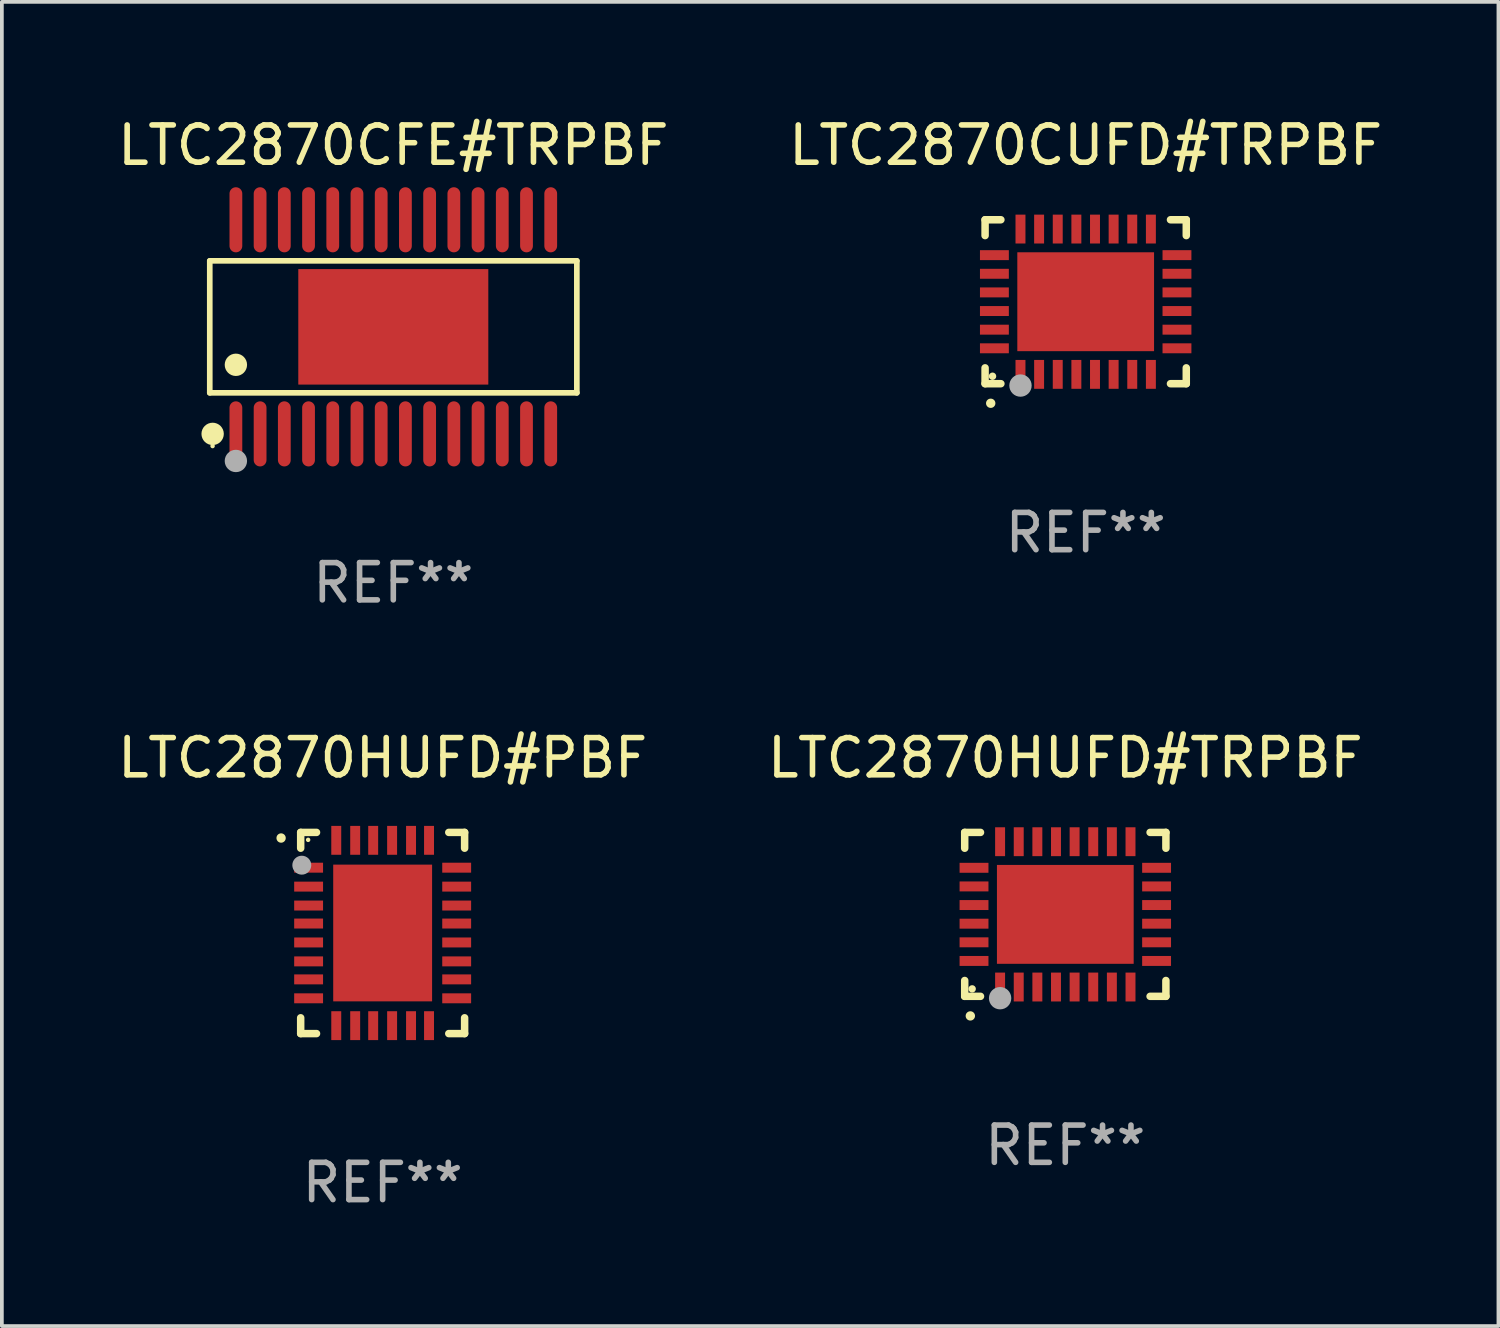
<source format=kicad_pcb>
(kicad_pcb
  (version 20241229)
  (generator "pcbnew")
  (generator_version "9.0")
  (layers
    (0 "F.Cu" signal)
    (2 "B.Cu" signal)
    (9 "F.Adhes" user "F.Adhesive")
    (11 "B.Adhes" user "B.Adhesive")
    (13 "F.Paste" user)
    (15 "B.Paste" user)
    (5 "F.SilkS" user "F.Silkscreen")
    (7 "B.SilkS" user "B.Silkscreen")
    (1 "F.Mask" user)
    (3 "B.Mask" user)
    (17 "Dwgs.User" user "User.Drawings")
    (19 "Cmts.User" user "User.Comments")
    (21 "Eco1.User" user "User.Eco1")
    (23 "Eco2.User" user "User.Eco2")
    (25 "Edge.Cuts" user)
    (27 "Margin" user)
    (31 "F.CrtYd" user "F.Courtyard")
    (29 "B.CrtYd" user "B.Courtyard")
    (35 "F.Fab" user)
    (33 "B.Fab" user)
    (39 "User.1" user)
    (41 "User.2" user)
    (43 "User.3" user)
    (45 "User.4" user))
  (footprint "LTC2870HUFD#PBF"
    (layer "F.Cu")
    (at 7.22 21.991)
    (property "Reference" "LTC2870HUFD#PBF" (at 0 -4.7 0) (layer "F.SilkS") (effects (font (size 1 1) (thickness 0.15))))
    (attr through_hole)
    (fp_line (start -2.2 -2.7) (end -1.775 -2.7) (stroke (width 0.201) (type solid)) (layer "F.SilkS"))
    (fp_line (start -2.2 -2.276) (end -2.2 -2.7) (stroke (width 0.201) (type solid)) (layer "F.SilkS"))
    (fp_line (start -2.2 2.276) (end -2.2 2.7) (stroke (width 0.201) (type solid)) (layer "F.SilkS"))
    (fp_line (start -2.2 2.7) (end -1.775 2.7) (stroke (width 0.201) (type solid)) (layer "F.SilkS"))
    (fp_line (start 1.775 -2.7) (end 2.2 -2.7) (stroke (width 0.201) (type solid)) (layer "F.SilkS"))
    (fp_line (start 1.775 2.7) (end 2.2 2.7) (stroke (width 0.201) (type solid)) (layer "F.SilkS"))
    (fp_line (start 2.2 -2.7) (end 2.2 -2.276) (stroke (width 0.201) (type solid)) (layer "F.SilkS"))
    (fp_line (start 2.2 2.7) (end 2.2 2.276) (stroke (width 0.201) (type solid)) (layer "F.SilkS"))
    (fp_arc (start -2.725425 -2.547625) (mid -2.725431 -2.548895) (end -2.725425 -2.550165) (stroke (width 0.24892) (type solid)) (layer "F.SilkS"))
    (fp_circle (center -2 -2.5) (end -1.97 -2.5) (stroke (width 0.06) (type solid)) (fill no) (layer "F.SilkS"))
    (fp_circle (center -2.17 -1.82) (end -2.043 -1.82) (stroke (width 0.254) (type solid)) (fill no) (layer "F.Fab"))
    (fp_text user "REF**" (at 0 6.7 0) (layer "F.Fab") (effects (font (size 1 1) (thickness 0.15))))
    (pad "1" smd rect (at -1.987 -1.753 90) (size 0.267 0.775) (layers "F.Cu" "F.Mask" "F.Paste"))
    (pad "2" smd rect (at -1.987 -1.245 90) (size 0.267 0.775) (layers "F.Cu" "F.Mask" "F.Paste"))
    (pad "3" smd rect (at -1.987 -0.737 90) (size 0.267 0.775) (layers "F.Cu" "F.Mask" "F.Paste"))
    (pad "4" smd rect (at -1.987 -0.254 90) (size 0.267 0.775) (layers "F.Cu" "F.Mask" "F.Paste"))
    (pad "5" smd rect (at -1.987 0.254 90) (size 0.267 0.775) (layers "F.Cu" "F.Mask" "F.Paste"))
    (pad "6" smd rect (at -1.987 0.762 90) (size 0.267 0.775) (layers "F.Cu" "F.Mask" "F.Paste"))
    (pad "7" smd rect (at -1.987 1.245 90) (size 0.267 0.775) (layers "F.Cu" "F.Mask" "F.Paste"))
    (pad "8" smd rect (at -1.987 1.753 90) (size 0.267 0.775) (layers "F.Cu" "F.Mask" "F.Paste"))
    (pad "9" smd rect (at -1.245 2.487) (size 0.267 0.775) (layers "F.Cu" "F.Mask" "F.Paste"))
    (pad "10" smd rect (at -0.737 2.487) (size 0.267 0.775) (layers "F.Cu" "F.Mask" "F.Paste"))
    (pad "11" smd rect (at -0.254 2.487) (size 0.267 0.775) (layers "F.Cu" "F.Mask" "F.Paste"))
    (pad "12" smd rect (at 0.254 2.487) (size 0.267 0.775) (layers "F.Cu" "F.Mask" "F.Paste"))
    (pad "13" smd rect (at 0.762 2.487) (size 0.267 0.775) (layers "F.Cu" "F.Mask" "F.Paste"))
    (pad "14" smd rect (at 1.245 2.487) (size 0.267 0.775) (layers "F.Cu" "F.Mask" "F.Paste"))
    (pad "15" smd rect (at 1.987 1.753 90) (size 0.267 0.775) (layers "F.Cu" "F.Mask" "F.Paste"))
    (pad "16" smd rect (at 1.987 1.245 90) (size 0.267 0.775) (layers "F.Cu" "F.Mask" "F.Paste"))
    (pad "17" smd rect (at 1.987 0.762 90) (size 0.267 0.775) (layers "F.Cu" "F.Mask" "F.Paste"))
    (pad "18" smd rect (at 1.987 0.254 90) (size 0.267 0.775) (layers "F.Cu" "F.Mask" "F.Paste"))
    (pad "19" smd rect (at 1.987 -0.254 90) (size 0.267 0.775) (layers "F.Cu" "F.Mask" "F.Paste"))
    (pad "20" smd rect (at 1.987 -0.737 90) (size 0.267 0.775) (layers "F.Cu" "F.Mask" "F.Paste"))
    (pad "21" smd rect (at 1.987 -1.245 90) (size 0.267 0.775) (layers "F.Cu" "F.Mask" "F.Paste"))
    (pad "22" smd rect (at 1.987 -1.753 90) (size 0.267 0.775) (layers "F.Cu" "F.Mask" "F.Paste"))
    (pad "23" smd rect (at 1.245 -2.487) (size 0.267 0.775) (layers "F.Cu" "F.Mask" "F.Paste"))
    (pad "24" smd rect (at 0.762 -2.487) (size 0.267 0.775) (layers "F.Cu" "F.Mask" "F.Paste"))
    (pad "25" smd rect (at 0.254 -2.487) (size 0.267 0.775) (layers "F.Cu" "F.Mask" "F.Paste"))
    (pad "26" smd rect (at -0.254 -2.487) (size 0.267 0.775) (layers "F.Cu" "F.Mask" "F.Paste"))
    (pad "27" smd rect (at -0.737 -2.487) (size 0.267 0.775) (layers "F.Cu" "F.Mask" "F.Paste"))
    (pad "28" smd rect (at -1.245 -2.487) (size 0.267 0.775) (layers "F.Cu" "F.Mask" "F.Paste"))
    (pad "29" smd rect (at 0.000102 -0.000051) (size 2.654 3.67) (layers "F.Cu" "F.Mask" "F.Paste")))
  (footprint "LTC2870HUFD#TRPBF"
    (layer "F.Cu")
    (at 25.542 21.491)
    (property "Reference" "LTC2870HUFD#TRPBF" (at 0 -4.2 0) (layer "F.SilkS") (effects (font (size 1 1) (thickness 0.15))))
    (attr through_hole)
    (fp_line (start -2.7 -2.2) (end -2.276 -2.2) (stroke (width 0.201) (type solid)) (layer "F.SilkS"))
    (fp_line (start -2.7 -1.775) (end -2.7 -2.2) (stroke (width 0.201) (type solid)) (layer "F.SilkS"))
    (fp_line (start -2.7 2.2) (end -2.7 1.775) (stroke (width 0.201) (type solid)) (layer "F.SilkS"))
    (fp_line (start -2.276 2.2) (end -2.7 2.2) (stroke (width 0.201) (type solid)) (layer "F.SilkS"))
    (fp_line (start 2.276 2.2) (end 2.7 2.2) (stroke (width 0.201) (type solid)) (layer "F.SilkS"))
    (fp_line (start 2.7 -2.2) (end 2.276 -2.2) (stroke (width 0.201) (type solid)) (layer "F.SilkS"))
    (fp_line (start 2.7 -1.775) (end 2.7 -2.2) (stroke (width 0.201) (type solid)) (layer "F.SilkS"))
    (fp_line (start 2.7 2.2) (end 2.7 1.775) (stroke (width 0.201) (type solid)) (layer "F.SilkS"))
    (fp_arc (start -2.550165 2.725425) (mid -2.548895 2.725419) (end -2.547625 2.725425) (stroke (width 0.24892) (type solid)) (layer "F.SilkS"))
    (fp_circle (center -2.5 2) (end -2.45 2) (stroke (width 0.1) (type solid)) (fill no) (layer "F.SilkS"))
    (fp_circle (center -1.75 2.25) (end -1.6 2.25) (stroke (width 0.3) (type solid)) (fill no) (layer "F.Fab"))
    (fp_text user "REF**" (at 0 6.2 0) (layer "F.Fab") (effects (font (size 1 1) (thickness 0.15))))
    (pad "1" smd rect (at -1.75 1.95) (size 0.267 0.775) (layers "F.Cu" "F.Mask" "F.Paste"))
    (pad "2" smd rect (at -1.25 1.95) (size 0.267 0.775) (layers "F.Cu" "F.Mask" "F.Paste"))
    (pad "3" smd rect (at -0.75 1.95) (size 0.267 0.775) (layers "F.Cu" "F.Mask" "F.Paste"))
    (pad "4" smd rect (at -0.25 1.95) (size 0.267 0.775) (layers "F.Cu" "F.Mask" "F.Paste"))
    (pad "5" smd rect (at 0.25 1.95) (size 0.267 0.775) (layers "F.Cu" "F.Mask" "F.Paste"))
    (pad "6" smd rect (at 0.75 1.95) (size 0.267 0.775) (layers "F.Cu" "F.Mask" "F.Paste"))
    (pad "7" smd rect (at 1.25 1.95) (size 0.267 0.775) (layers "F.Cu" "F.Mask" "F.Paste"))
    (pad "8" smd rect (at 1.75 1.95) (size 0.267 0.775) (layers "F.Cu" "F.Mask" "F.Paste"))
    (pad "9" smd rect (at 2.45 1.25) (size 0.775 0.267) (layers "F.Cu" "F.Mask" "F.Paste"))
    (pad "10" smd rect (at 2.45 0.75) (size 0.775 0.267) (layers "F.Cu" "F.Mask" "F.Paste"))
    (pad "11" smd rect (at 2.45 0.25) (size 0.775 0.267) (layers "F.Cu" "F.Mask" "F.Paste"))
    (pad "12" smd rect (at 2.45 -0.25) (size 0.775 0.267) (layers "F.Cu" "F.Mask" "F.Paste"))
    (pad "13" smd rect (at 2.45 -0.75) (size 0.775 0.267) (layers "F.Cu" "F.Mask" "F.Paste"))
    (pad "14" smd rect (at 2.45 -1.25) (size 0.775 0.267) (layers "F.Cu" "F.Mask" "F.Paste"))
    (pad "15" smd rect (at 1.75 -1.95) (size 0.267 0.775) (layers "F.Cu" "F.Mask" "F.Paste"))
    (pad "16" smd rect (at 1.25 -1.95) (size 0.267 0.775) (layers "F.Cu" "F.Mask" "F.Paste"))
    (pad "17" smd rect (at 0.75 -1.95) (size 0.267 0.775) (layers "F.Cu" "F.Mask" "F.Paste"))
    (pad "18" smd rect (at 0.25 -1.95) (size 0.267 0.775) (layers "F.Cu" "F.Mask" "F.Paste"))
    (pad "19" smd rect (at -0.25 -1.95) (size 0.267 0.775) (layers "F.Cu" "F.Mask" "F.Paste"))
    (pad "20" smd rect (at -0.75 -1.95) (size 0.267 0.775) (layers "F.Cu" "F.Mask" "F.Paste"))
    (pad "21" smd rect (at -1.25 -1.95) (size 0.267 0.775) (layers "F.Cu" "F.Mask" "F.Paste"))
    (pad "22" smd rect (at -1.75 -1.95) (size 0.267 0.775) (layers "F.Cu" "F.Mask" "F.Paste"))
    (pad "23" smd rect (at -2.45 -1.25) (size 0.775 0.267) (layers "F.Cu" "F.Mask" "F.Paste"))
    (pad "24" smd rect (at -2.45 -0.75) (size 0.775 0.267) (layers "F.Cu" "F.Mask" "F.Paste"))
    (pad "25" smd rect (at -2.45 -0.25) (size 0.775 0.267) (layers "F.Cu" "F.Mask" "F.Paste"))
    (pad "26" smd rect (at -2.45 0.25) (size 0.775 0.267) (layers "F.Cu" "F.Mask" "F.Paste"))
    (pad "27" smd rect (at -2.45 0.75) (size 0.775 0.267) (layers "F.Cu" "F.Mask" "F.Paste"))
    (pad "28" smd rect (at -2.45 1.25) (size 0.775 0.267) (layers "F.Cu" "F.Mask" "F.Paste"))
    (pad "29" smd rect (at 0.000127 0.000127) (size 3.67 2.654) (layers "F.Cu" "F.Mask" "F.Paste")))
  (footprint "LTC2870CFE#TRPBF"
    (layer "F.Cu")
    (at 7.506 5.722)
    (property "Reference" "LTC2870CFE#TRPBF" (at 0 -4.873 0) (layer "F.SilkS") (effects (font (size 1 1) (thickness 0.15))))
    (attr through_hole)
    (fp_line (start -4.926 -1.771) (end 4.926 -1.771) (stroke (width 0.152) (type solid)) (layer "F.SilkS"))
    (fp_line (start -4.926 1.771) (end -4.926 -1.771) (stroke (width 0.152) (type solid)) (layer "F.SilkS"))
    (fp_line (start 4.926 -1.771) (end 4.926 1.771) (stroke (width 0.152) (type solid)) (layer "F.SilkS"))
    (fp_line (start 4.926 1.771) (end -4.926 1.771) (stroke (width 0.152) (type solid)) (layer "F.SilkS"))
    (fp_circle (center -4.85 3.2) (end -4.82 3.2) (stroke (width 0.06) (type solid)) (fill no) (layer "F.SilkS"))
    (fp_circle (center -4.849 2.873) (end -4.699 2.873) (stroke (width 0.3) (type solid)) (fill no) (layer "F.SilkS"))
    (fp_circle (center -4.225 1.019) (end -4.075 1.019) (stroke (width 0.3) (type solid)) (fill no) (layer "F.SilkS"))
    (fp_circle (center -4.225 3.6) (end -4.075 3.6) (stroke (width 0.3) (type solid)) (fill no) (layer "F.Fab"))
    (fp_text user "REF**" (at 0 6.873 0) (layer "F.Fab") (effects (font (size 1 1) (thickness 0.15))))
    (pad "1" smd oval (at -4.225 2.873) (size 0.343 1.747) (layers "F.Cu" "F.Mask" "F.Paste"))
    (pad "2" smd oval (at -3.575 2.873) (size 0.343 1.747) (layers "F.Cu" "F.Mask" "F.Paste"))
    (pad "3" smd oval (at -2.925 2.873) (size 0.343 1.747) (layers "F.Cu" "F.Mask" "F.Paste"))
    (pad "4" smd oval (at -2.275 2.873) (size 0.343 1.747) (layers "F.Cu" "F.Mask" "F.Paste"))
    (pad "5" smd oval (at -1.625 2.873) (size 0.343 1.747) (layers "F.Cu" "F.Mask" "F.Paste"))
    (pad "6" smd oval (at -0.975 2.873) (size 0.343 1.747) (layers "F.Cu" "F.Mask" "F.Paste"))
    (pad "7" smd oval (at -0.325 2.873) (size 0.343 1.747) (layers "F.Cu" "F.Mask" "F.Paste"))
    (pad "8" smd oval (at 0.325 2.873) (size 0.343 1.747) (layers "F.Cu" "F.Mask" "F.Paste"))
    (pad "9" smd oval (at 0.975 2.873) (size 0.343 1.747) (layers "F.Cu" "F.Mask" "F.Paste"))
    (pad "10" smd oval (at 1.625 2.873) (size 0.343 1.747) (layers "F.Cu" "F.Mask" "F.Paste"))
    (pad "11" smd oval (at 2.275 2.873) (size 0.343 1.747) (layers "F.Cu" "F.Mask" "F.Paste"))
    (pad "12" smd oval (at 2.925 2.873) (size 0.343 1.747) (layers "F.Cu" "F.Mask" "F.Paste"))
    (pad "13" smd oval (at 3.575 2.873) (size 0.343 1.747) (layers "F.Cu" "F.Mask" "F.Paste"))
    (pad "14" smd oval (at 4.225 2.873) (size 0.343 1.747) (layers "F.Cu" "F.Mask" "F.Paste"))
    (pad "15" smd oval (at 4.225 -2.873) (size 0.343 1.747) (layers "F.Cu" "F.Mask" "F.Paste"))
    (pad "16" smd oval (at 3.575 -2.873) (size 0.343 1.747) (layers "F.Cu" "F.Mask" "F.Paste"))
    (pad "17" smd oval (at 2.925 -2.873) (size 0.343 1.747) (layers "F.Cu" "F.Mask" "F.Paste"))
    (pad "18" smd oval (at 2.275 -2.873) (size 0.343 1.747) (layers "F.Cu" "F.Mask" "F.Paste"))
    (pad "19" smd oval (at 1.625 -2.873) (size 0.343 1.747) (layers "F.Cu" "F.Mask" "F.Paste"))
    (pad "20" smd oval (at 0.975 -2.873) (size 0.343 1.747) (layers "F.Cu" "F.Mask" "F.Paste"))
    (pad "21" smd oval (at 0.325 -2.873) (size 0.343 1.747) (layers "F.Cu" "F.Mask" "F.Paste"))
    (pad "22" smd oval (at -0.325 -2.873) (size 0.343 1.747) (layers "F.Cu" "F.Mask" "F.Paste"))
    (pad "23" smd oval (at -0.975 -2.873) (size 0.343 1.747) (layers "F.Cu" "F.Mask" "F.Paste"))
    (pad "24" smd oval (at -1.625 -2.873) (size 0.343 1.747) (layers "F.Cu" "F.Mask" "F.Paste"))
    (pad "25" smd oval (at -2.275 -2.873) (size 0.343 1.747) (layers "F.Cu" "F.Mask" "F.Paste"))
    (pad "26" smd oval (at -2.925 -2.873) (size 0.343 1.747) (layers "F.Cu" "F.Mask" "F.Paste"))
    (pad "27" smd oval (at -3.575 -2.873) (size 0.343 1.747) (layers "F.Cu" "F.Mask" "F.Paste"))
    (pad "28" smd oval (at -4.225 -2.873) (size 0.343 1.747) (layers "F.Cu" "F.Mask" "F.Paste"))
    (pad "29" smd rect (at 0 0) (size 5.1 3.1) (layers "F.Cu" "F.Mask" "F.Paste")))
  (footprint "LTC2870CUFD#TRPBF"
    (layer "F.Cu")
    (at 26.089 5.048)
    (property "Reference" "LTC2870CUFD#TRPBF" (at 0 -4.2 0) (layer "F.SilkS") (effects (font (size 1 1) (thickness 0.15))))
    (attr through_hole)
    (fp_line (start -2.7 -2.2) (end -2.276 -2.2) (stroke (width 0.201) (type solid)) (layer "F.SilkS"))
    (fp_line (start -2.7 -1.775) (end -2.7 -2.2) (stroke (width 0.201) (type solid)) (layer "F.SilkS"))
    (fp_line (start -2.7 2.2) (end -2.7 1.775) (stroke (width 0.201) (type solid)) (layer "F.SilkS"))
    (fp_line (start -2.276 2.2) (end -2.7 2.2) (stroke (width 0.201) (type solid)) (layer "F.SilkS"))
    (fp_line (start 2.276 2.2) (end 2.7 2.2) (stroke (width 0.201) (type solid)) (layer "F.SilkS"))
    (fp_line (start 2.7 -2.2) (end 2.276 -2.2) (stroke (width 0.201) (type solid)) (layer "F.SilkS"))
    (fp_line (start 2.7 -1.775) (end 2.7 -2.2) (stroke (width 0.201) (type solid)) (layer "F.SilkS"))
    (fp_line (start 2.7 2.2) (end 2.7 1.775) (stroke (width 0.201) (type solid)) (layer "F.SilkS"))
    (fp_arc (start -2.550165 2.725425) (mid -2.548895 2.725419) (end -2.547625 2.725425) (stroke (width 0.24892) (type solid)) (layer "F.SilkS"))
    (fp_circle (center -2.5 2) (end -2.45 2) (stroke (width 0.1) (type solid)) (fill no) (layer "F.SilkS"))
    (fp_circle (center -1.75 2.25) (end -1.6 2.25) (stroke (width 0.3) (type solid)) (fill no) (layer "F.Fab"))
    (fp_text user "REF**" (at 0 6.2 0) (layer "F.Fab") (effects (font (size 1 1) (thickness 0.15))))
    (pad "1" smd rect (at -1.75 1.95) (size 0.267 0.775) (layers "F.Cu" "F.Mask" "F.Paste"))
    (pad "2" smd rect (at -1.25 1.95) (size 0.267 0.775) (layers "F.Cu" "F.Mask" "F.Paste"))
    (pad "3" smd rect (at -0.75 1.95) (size 0.267 0.775) (layers "F.Cu" "F.Mask" "F.Paste"))
    (pad "4" smd rect (at -0.25 1.95) (size 0.267 0.775) (layers "F.Cu" "F.Mask" "F.Paste"))
    (pad "5" smd rect (at 0.25 1.95) (size 0.267 0.775) (layers "F.Cu" "F.Mask" "F.Paste"))
    (pad "6" smd rect (at 0.75 1.95) (size 0.267 0.775) (layers "F.Cu" "F.Mask" "F.Paste"))
    (pad "7" smd rect (at 1.25 1.95) (size 0.267 0.775) (layers "F.Cu" "F.Mask" "F.Paste"))
    (pad "8" smd rect (at 1.75 1.95) (size 0.267 0.775) (layers "F.Cu" "F.Mask" "F.Paste"))
    (pad "9" smd rect (at 2.45 1.25) (size 0.775 0.267) (layers "F.Cu" "F.Mask" "F.Paste"))
    (pad "10" smd rect (at 2.45 0.75) (size 0.775 0.267) (layers "F.Cu" "F.Mask" "F.Paste"))
    (pad "11" smd rect (at 2.45 0.25) (size 0.775 0.267) (layers "F.Cu" "F.Mask" "F.Paste"))
    (pad "12" smd rect (at 2.45 -0.25) (size 0.775 0.267) (layers "F.Cu" "F.Mask" "F.Paste"))
    (pad "13" smd rect (at 2.45 -0.75) (size 0.775 0.267) (layers "F.Cu" "F.Mask" "F.Paste"))
    (pad "14" smd rect (at 2.45 -1.25) (size 0.775 0.267) (layers "F.Cu" "F.Mask" "F.Paste"))
    (pad "15" smd rect (at 1.75 -1.95) (size 0.267 0.775) (layers "F.Cu" "F.Mask" "F.Paste"))
    (pad "16" smd rect (at 1.25 -1.95) (size 0.267 0.775) (layers "F.Cu" "F.Mask" "F.Paste"))
    (pad "17" smd rect (at 0.75 -1.95) (size 0.267 0.775) (layers "F.Cu" "F.Mask" "F.Paste"))
    (pad "18" smd rect (at 0.25 -1.95) (size 0.267 0.775) (layers "F.Cu" "F.Mask" "F.Paste"))
    (pad "19" smd rect (at -0.25 -1.95) (size 0.267 0.775) (layers "F.Cu" "F.Mask" "F.Paste"))
    (pad "20" smd rect (at -0.75 -1.95) (size 0.267 0.775) (layers "F.Cu" "F.Mask" "F.Paste"))
    (pad "21" smd rect (at -1.25 -1.95) (size 0.267 0.775) (layers "F.Cu" "F.Mask" "F.Paste"))
    (pad "22" smd rect (at -1.75 -1.95) (size 0.267 0.775) (layers "F.Cu" "F.Mask" "F.Paste"))
    (pad "23" smd rect (at -2.45 -1.25) (size 0.775 0.267) (layers "F.Cu" "F.Mask" "F.Paste"))
    (pad "24" smd rect (at -2.45 -0.75) (size 0.775 0.267) (layers "F.Cu" "F.Mask" "F.Paste"))
    (pad "25" smd rect (at -2.45 -0.25) (size 0.775 0.267) (layers "F.Cu" "F.Mask" "F.Paste"))
    (pad "26" smd rect (at -2.45 0.25) (size 0.775 0.267) (layers "F.Cu" "F.Mask" "F.Paste"))
    (pad "27" smd rect (at -2.45 0.75) (size 0.775 0.267) (layers "F.Cu" "F.Mask" "F.Paste"))
    (pad "28" smd rect (at -2.45 1.25) (size 0.775 0.267) (layers "F.Cu" "F.Mask" "F.Paste"))
    (pad "29" smd rect (at 0.000127 0.000127) (size 3.67 2.654) (layers "F.Cu" "F.Mask" "F.Paste")))
  (gr_rect
    (start -3 -3)
    (end 37.167 32.54)
    (stroke (width 0.1) (type default))
    (fill no)
    (layer "Edge.Cuts")))
</source>
